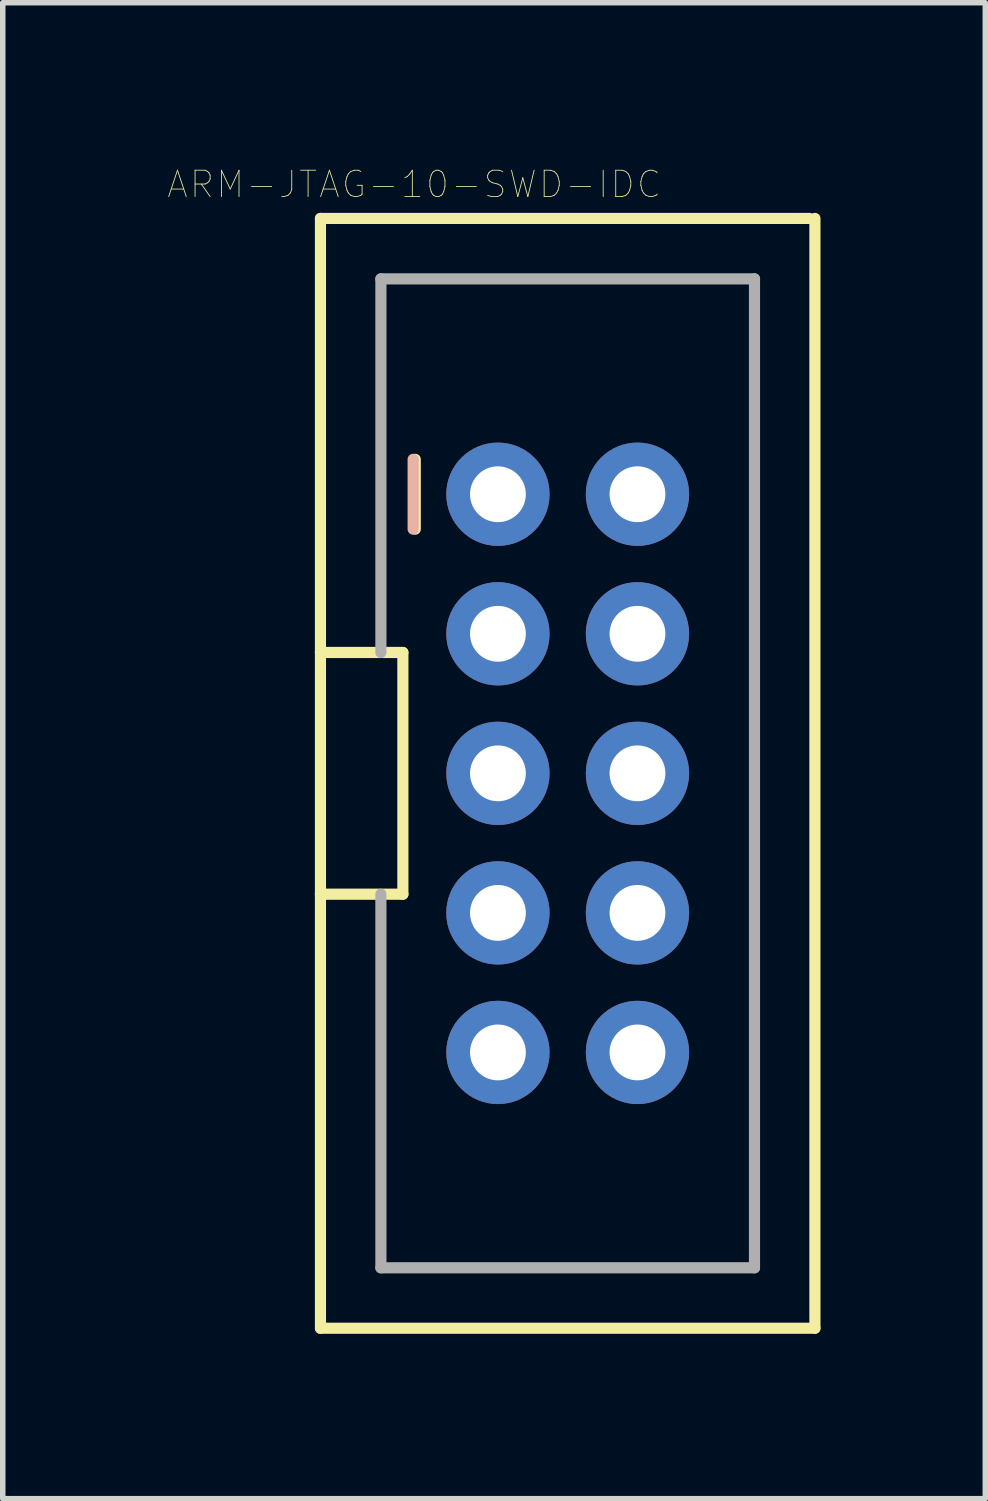
<source format=kicad_pcb>
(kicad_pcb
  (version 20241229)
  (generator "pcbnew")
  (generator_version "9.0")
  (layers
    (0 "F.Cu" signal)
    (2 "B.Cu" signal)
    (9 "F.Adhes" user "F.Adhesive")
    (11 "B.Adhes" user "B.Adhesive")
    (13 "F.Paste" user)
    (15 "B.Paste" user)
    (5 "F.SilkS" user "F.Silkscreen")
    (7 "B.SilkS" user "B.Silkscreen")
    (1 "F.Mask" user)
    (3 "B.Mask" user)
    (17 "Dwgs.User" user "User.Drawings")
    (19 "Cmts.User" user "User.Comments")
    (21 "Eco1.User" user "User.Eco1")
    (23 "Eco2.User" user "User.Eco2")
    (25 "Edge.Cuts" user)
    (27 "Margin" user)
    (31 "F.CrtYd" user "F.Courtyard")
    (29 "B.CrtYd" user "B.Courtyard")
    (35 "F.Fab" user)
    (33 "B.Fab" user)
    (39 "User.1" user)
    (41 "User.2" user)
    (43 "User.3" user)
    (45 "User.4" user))
  (footprint "ARM-JTAG-10-SWD-IDC"
    (layer "F.Cu")
    (at 7.283 11.026)
    (property "Reference" "ARM-JTAG-10-SWD-IDC" (at -2.794 -10.719 0) (layer "F.SilkS") (effects (font (size 0.48 0.48) (thickness 0.015))))
    (attr through_hole)
    (fp_line (start -4.5 -10.1) (end 4.4 -10.1) (stroke (width 0.203) (type solid)) (layer "F.SilkS"))
    (fp_line (start -4.5 -2.2) (end -4.5 -10.1) (stroke (width 0.203) (type solid)) (layer "F.SilkS"))
    (fp_line (start -4.5 -2.2) (end -3 -2.2) (stroke (width 0.203) (type solid)) (layer "F.SilkS"))
    (fp_line (start -4.5 2.2) (end -4.5 -2.2) (stroke (width 0.203) (type solid)) (layer "F.SilkS"))
    (fp_line (start -4.5 10.1) (end -4.5 2.2) (stroke (width 0.203) (type solid)) (layer "F.SilkS"))
    (fp_line (start -3 -2.2) (end -3 2.2) (stroke (width 0.203) (type solid)) (layer "F.SilkS"))
    (fp_line (start -3 2.2) (end -4.5 2.2) (stroke (width 0.203) (type solid)) (layer "F.SilkS"))
    (fp_line (start -2.775 -5.715) (end -2.775 -4.445) (stroke (width 0.203) (type solid)) (layer "F.SilkS"))
    (fp_line (start 4.5 -10.1) (end 4.5 10.1) (stroke (width 0.203) (type solid)) (layer "F.SilkS"))
    (fp_line (start 4.5 10.1) (end -4.5 10.1) (stroke (width 0.203) (type solid)) (layer "F.SilkS"))
    (fp_line (start -2.813 -5.715) (end -2.813 -4.445) (stroke (width 0.203) (type solid)) (layer "B.SilkS"))
    (fp_line (start -3.4 -9) (end -3.4 -2.2) (stroke (width 0.203) (type solid)) (layer "F.Fab"))
    (fp_line (start -3.4 -9) (end 3.4 -9) (stroke (width 0.203) (type solid)) (layer "F.Fab"))
    (fp_line (start -3.4 9) (end -3.4 2.2) (stroke (width 0.203) (type solid)) (layer "F.Fab"))
    (fp_line (start -3.4 9) (end 3.4 9) (stroke (width 0.203) (type solid)) (layer "F.Fab"))
    (fp_line (start 3.4 -9) (end 3.4 9) (stroke (width 0.203) (type solid)) (layer "F.Fab"))
    (fp_poly (pts (xy -1.524 -5.334) (xy -1.016 -5.334) (xy -1.016 -4.826) (xy -1.524 -4.826)) (stroke (width 0.01) (type solid)) (fill no) (layer "F.Fab"))
    (fp_poly (pts (xy -1.524 -2.794) (xy -1.016 -2.794) (xy -1.016 -2.286) (xy -1.524 -2.286)) (stroke (width 0.01) (type solid)) (fill no) (layer "F.Fab"))
    (fp_poly (pts (xy -1.524 -0.254) (xy -1.016 -0.254) (xy -1.016 0.254) (xy -1.524 0.254)) (stroke (width 0.01) (type solid)) (fill no) (layer "F.Fab"))
    (fp_poly (pts (xy -1.524 2.286) (xy -1.016 2.286) (xy -1.016 2.794) (xy -1.524 2.794)) (stroke (width 0.01) (type solid)) (fill no) (layer "F.Fab"))
    (fp_poly (pts (xy -1.524 2.286) (xy -1.016 2.286) (xy -1.016 2.794) (xy -1.524 2.794)) (stroke (width 0.01) (type solid)) (fill no) (layer "F.Fab"))
    (fp_poly (pts (xy -1.524 4.826) (xy -1.016 4.826) (xy -1.016 5.334) (xy -1.524 5.334)) (stroke (width 0.01) (type solid)) (fill no) (layer "F.Fab"))
    (fp_poly (pts (xy 1.016 -5.334) (xy 1.524 -5.334) (xy 1.524 -4.826) (xy 1.016 -4.826)) (stroke (width 0.01) (type solid)) (fill no) (layer "F.Fab"))
    (fp_poly (pts (xy 1.016 -2.794) (xy 1.524 -2.794) (xy 1.524 -2.286) (xy 1.016 -2.286)) (stroke (width 0.01) (type solid)) (fill no) (layer "F.Fab"))
    (fp_poly (pts (xy 1.016 -0.254) (xy 1.524 -0.254) (xy 1.524 0.254) (xy 1.016 0.254)) (stroke (width 0.01) (type solid)) (fill no) (layer "F.Fab"))
    (fp_poly (pts (xy 1.016 2.286) (xy 1.524 2.286) (xy 1.524 2.794) (xy 1.016 2.794)) (stroke (width 0.01) (type solid)) (fill no) (layer "F.Fab"))
    (fp_poly (pts (xy 1.016 2.286) (xy 1.524 2.286) (xy 1.524 2.794) (xy 1.016 2.794)) (stroke (width 0.01) (type solid)) (fill no) (layer "F.Fab"))
    (fp_poly (pts (xy 1.016 4.826) (xy 1.524 4.826) (xy 1.524 5.334) (xy 1.016 5.334)) (stroke (width 0.01) (type solid)) (fill no) (layer "F.Fab"))
    (pad "1" thru_hole circle (at -1.27 -5.08) (size 1.88 1.88) (drill 1.016) (layers "*.Cu" "*.Mask"))
    (pad "2" thru_hole circle (at 1.27 -5.08) (size 1.88 1.88) (drill 1.016) (layers "*.Cu" "*.Mask"))
    (pad "3" thru_hole circle (at -1.27 -2.54) (size 1.88 1.88) (drill 1.016) (layers "*.Cu" "*.Mask"))
    (pad "4" thru_hole circle (at 1.27 -2.54) (size 1.88 1.88) (drill 1.016) (layers "*.Cu" "*.Mask"))
    (pad "5" thru_hole circle (at -1.27 0) (size 1.88 1.88) (drill 1.016) (layers "*.Cu" "*.Mask"))
    (pad "6" thru_hole circle (at 1.27 0) (size 1.88 1.88) (drill 1.016) (layers "*.Cu" "*.Mask"))
    (pad "7" thru_hole circle (at -1.27 2.54) (size 1.88 1.88) (drill 1.016) (layers "*.Cu" "*.Mask"))
    (pad "8" thru_hole circle (at 1.27 2.54) (size 1.88 1.88) (drill 1.016) (layers "*.Cu" "*.Mask"))
    (pad "9" thru_hole circle (at -1.27 5.08) (size 1.88 1.88) (drill 1.016) (layers "*.Cu" "*.Mask"))
    (pad "10" thru_hole circle (at 1.27 5.08) (size 1.88 1.88) (drill 1.016) (layers "*.Cu" "*.Mask")))
  (gr_rect
    (start -3 -3)
    (end 14.884 24.228)
    (stroke (width 0.1) (type default))
    (fill no)
    (layer "Edge.Cuts")))
</source>
